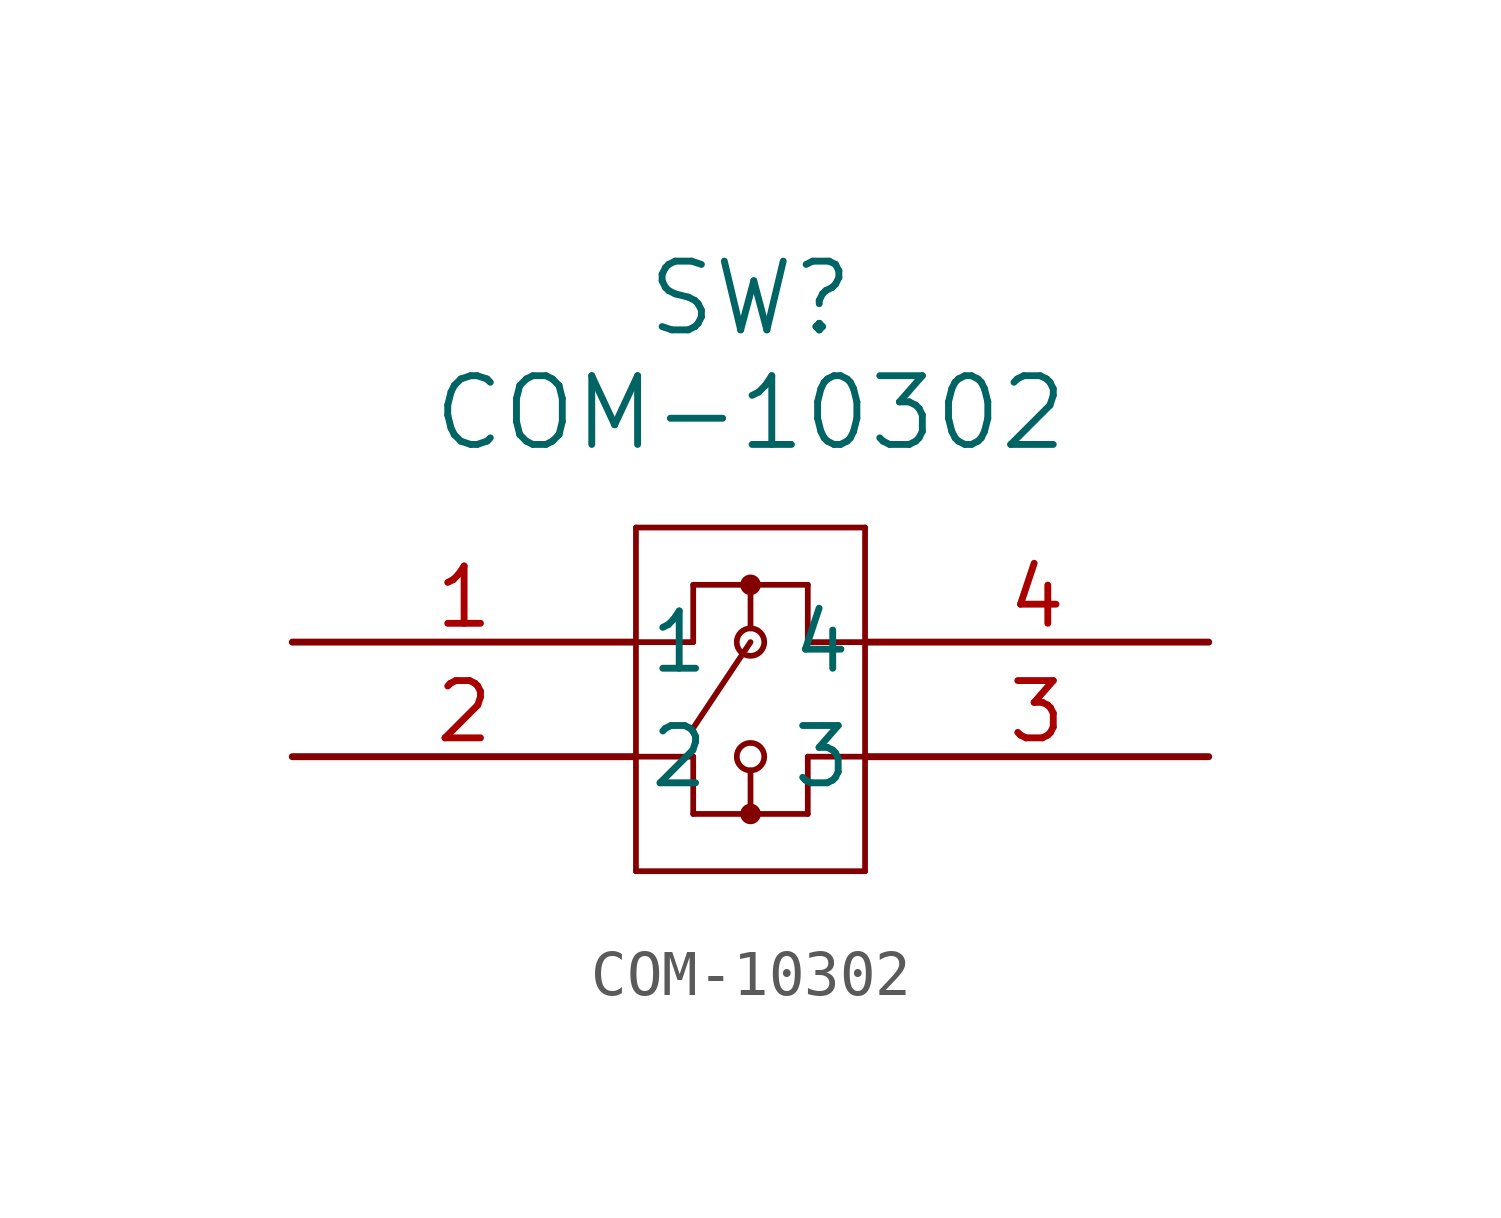
<source format=kicad_sym>
(kicad_symbol_lib
  (version 20211014)
  (generator kicad_symbol_editor)
  (symbol "COM-10302"
    (pin_names
      (offset 0.254))
    (property "Reference" "SW"
      (at 10.16 7.62 0)
      (effects (font (size 1.524 1.524))))
    (property "Value" "COM-10302"
      (at 10.16 5.08 0)
      (effects (font (size 1.524 1.524))))
    (symbol "COM-10302_0_1"
      (polyline (pts (xy 7.62 2.54) (xy 7.62 -5.08)) (stroke (width 0.127) (type default) (color 0 0 0 0)) (fill (type none)))
      (polyline (pts (xy 7.62 -5.08) (xy 12.7 -5.08)) (stroke (width 0.127) (type default) (color 0 0 0 0)) (fill (type none)))
      (polyline (pts (xy 12.7 -5.08) (xy 12.7 2.54)) (stroke (width 0.127) (type default) (color 0 0 0 0)) (fill (type none)))
      (polyline (pts (xy 12.7 2.54) (xy 7.62 2.54)) (stroke (width 0.127) (type default) (color 0 0 0 0)) (fill (type none)))
      (polyline (pts (xy 7.62 -2.54) (xy 8.89 -2.54)) (stroke (width 0.127) (type default) (color 0 0 0 0)) (fill (type none)))
      (polyline (pts (xy 8.89 -2.54) (xy 8.89 -3.81)) (stroke (width 0.127) (type default) (color 0 0 0 0)) (fill (type none)))
      (polyline (pts (xy 8.89 -3.81) (xy 11.43 -3.81)) (stroke (width 0.127) (type default) (color 0 0 0 0)) (fill (type none)))
      (polyline (pts (xy 7.62 0) (xy 8.89 0)) (stroke (width 0.127) (type default) (color 0 0 0 0)) (fill (type none)))
      (polyline (pts (xy 8.89 0) (xy 8.89 1.27)) (stroke (width 0.127) (type default) (color 0 0 0 0)) (fill (type none)))
      (polyline (pts (xy 8.89 1.27) (xy 11.43 1.27)) (stroke (width 0.127) (type default) (color 0 0 0 0)) (fill (type none)))
      (polyline (pts (xy 11.43 1.27) (xy 11.43 0)) (stroke (width 0.127) (type default) (color 0 0 0 0)) (fill (type none)))
      (polyline (pts (xy 11.43 0) (xy 12.7 0)) (stroke (width 0.127) (type default) (color 0 0 0 0)) (fill (type none)))
      (polyline (pts (xy 11.43 -3.81) (xy 11.43 -2.54)) (stroke (width 0.127) (type default) (color 0 0 0 0)) (fill (type none)))
      (polyline (pts (xy 11.43 -2.54) (xy 12.7 -2.54)) (stroke (width 0.127) (type default) (color 0 0 0 0)) (fill (type none)))
      (polyline (pts (xy 10.16 -3.81) (xy 10.16 -2.845)) (stroke (width 0.127) (type default) (color 0 0 0 0)) (fill (type none)))
      (polyline (pts (xy 10.16 1.27) (xy 10.16 0.305)) (stroke (width 0.127) (type default) (color 0 0 0 0)) (fill (type none)))
      (circle (center 10.16 0) (radius 0.305) (stroke (width 0.127) (type default) (color 0 0 0 0)) (fill (type none)))
      (circle (center 10.16 -2.54) (radius 0.305) (stroke (width 0.127) (type default) (color 0 0 0 0)) (fill (type none)))
      (polyline (pts (xy 10.16 0) (xy 8.89 -1.905)) (stroke (width 0.127) (type default) (color 0 0 0 0)) (fill (type none)))
      (circle (center 10.16 1.27) (radius 0.127) (stroke (width 0.203) (type default) (color 0 0 0 0)) (fill (type none)))
      (circle (center 10.16 -3.81) (radius 0.127) (stroke (width 0.203) (type default) (color 0 0 0 0)) (fill (type none)))
      (pin unspecified line (at 0 0 0) (length 7.62) (name "1" (effects (font (size 1.27 1.27)))) (number "1" (effects (font (size 1.27 1.27)))))
      (pin unspecified line (at 0 -2.54 0) (length 7.62) (name "2" (effects (font (size 1.27 1.27)))) (number "2" (effects (font (size 1.27 1.27)))))
      (pin unspecified line (at 20.32 -2.54 180) (length 7.62) (name "3" (effects (font (size 1.27 1.27)))) (number "3" (effects (font (size 1.27 1.27)))))
      (pin unspecified line (at 20.32 0 180) (length 7.62) (name "4" (effects (font (size 1.27 1.27)))) (number "4" (effects (font (size 1.27 1.27))))))))
</source>
